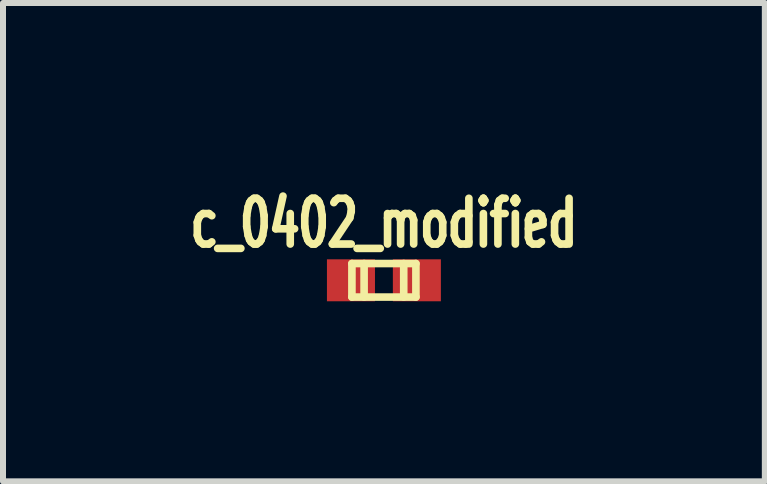
<source format=kicad_pcb>
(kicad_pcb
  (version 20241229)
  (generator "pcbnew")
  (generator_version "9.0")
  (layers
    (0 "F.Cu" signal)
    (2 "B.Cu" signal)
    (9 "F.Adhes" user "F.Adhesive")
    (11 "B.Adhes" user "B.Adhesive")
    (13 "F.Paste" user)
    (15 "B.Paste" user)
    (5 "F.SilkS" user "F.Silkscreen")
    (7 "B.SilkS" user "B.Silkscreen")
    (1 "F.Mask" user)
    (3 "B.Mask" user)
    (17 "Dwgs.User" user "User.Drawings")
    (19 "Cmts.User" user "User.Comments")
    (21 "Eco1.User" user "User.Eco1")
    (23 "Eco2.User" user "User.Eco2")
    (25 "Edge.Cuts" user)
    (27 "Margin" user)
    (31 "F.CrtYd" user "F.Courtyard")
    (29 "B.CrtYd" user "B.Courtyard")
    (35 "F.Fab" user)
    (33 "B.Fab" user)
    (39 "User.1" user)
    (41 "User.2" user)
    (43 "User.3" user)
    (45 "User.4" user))
  (footprint "c_0402_modified"
    (layer "F.Cu")
    (at 3.345 1.619)
    (property "Reference" "c_0402_modified" (at 0 -0.95 0) (layer "F.SilkS") (effects (font (size 0.762 0.508) (thickness 0.127))))
    (attr smd)
    (fp_line (start -0.533 -0.279) (end -0.533 0.279) (stroke (width 0.127) (type solid)) (layer "F.SilkS"))
    (fp_line (start -0.533 0.279) (end 0.533 0.279) (stroke (width 0.127) (type solid)) (layer "F.SilkS"))
    (fp_line (start -0.33 -0.279) (end -0.33 0.279) (stroke (width 0.127) (type solid)) (layer "F.SilkS"))
    (fp_line (start 0.33 -0.279) (end 0.33 0.279) (stroke (width 0.127) (type solid)) (layer "F.SilkS"))
    (fp_line (start 0.533 -0.279) (end -0.533 -0.279) (stroke (width 0.127) (type solid)) (layer "F.SilkS"))
    (fp_line (start 0.533 0.279) (end 0.533 -0.279) (stroke (width 0.127) (type solid)) (layer "F.SilkS"))
    (pad "1" smd rect (at 0.549 0) (size 0.8 0.699) (layers "F.Cu" "F.Mask" "F.Paste"))
    (pad "2" smd rect (at -0.549 0) (size 0.8 0.699) (layers "F.Cu" "F.Mask" "F.Paste")))
  (gr_rect
    (start -3 -3)
    (end 9.69 4.968)
    (stroke (width 0.1) (type default))
    (fill no)
    (layer "Edge.Cuts")))
</source>
